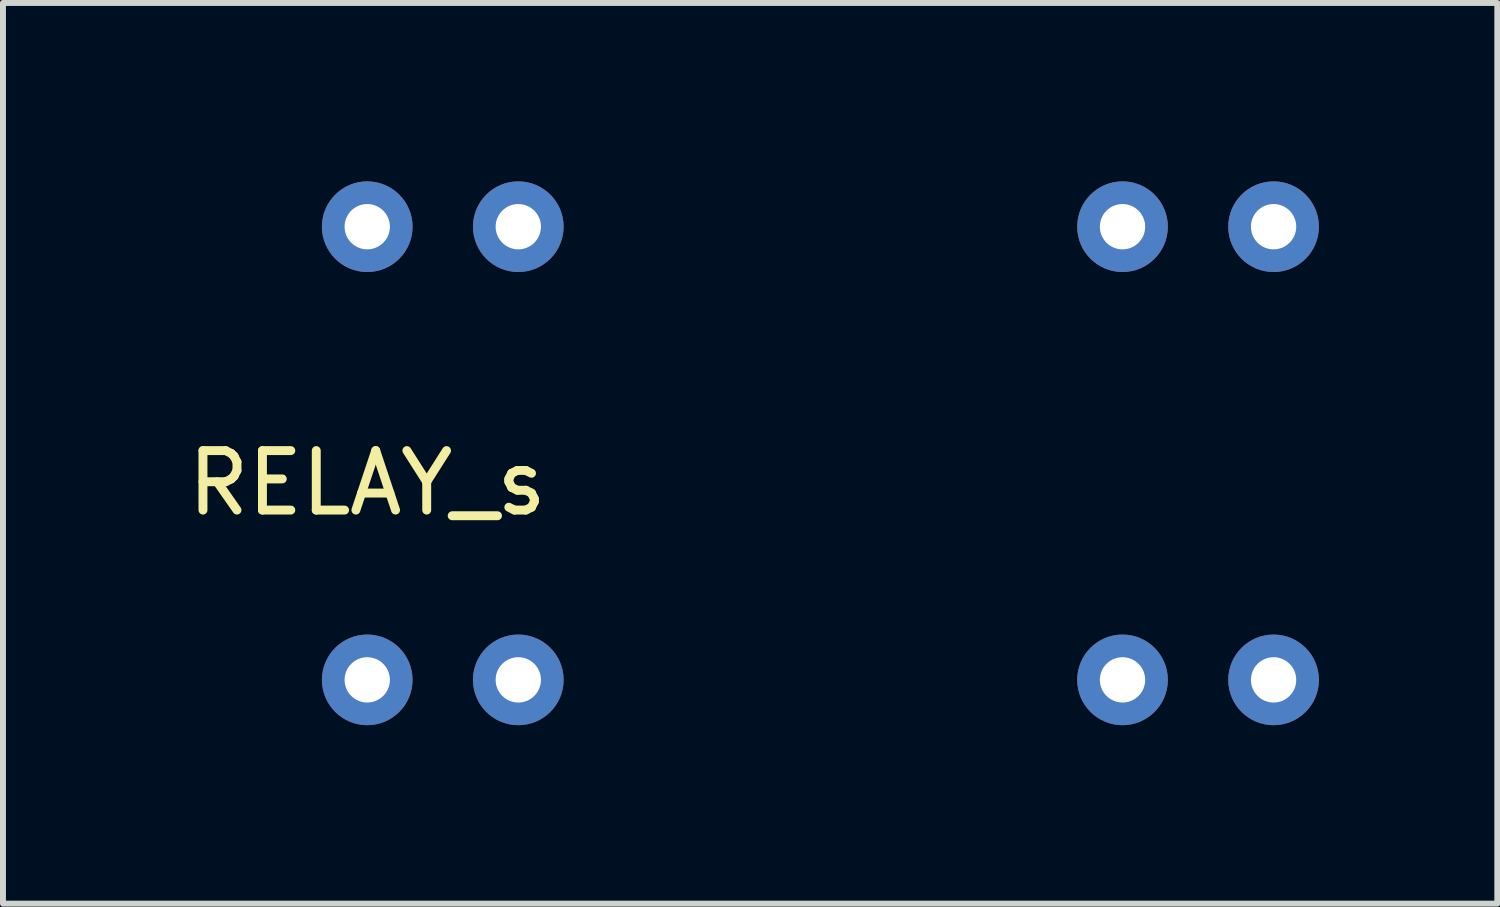
<source format=kicad_pcb>
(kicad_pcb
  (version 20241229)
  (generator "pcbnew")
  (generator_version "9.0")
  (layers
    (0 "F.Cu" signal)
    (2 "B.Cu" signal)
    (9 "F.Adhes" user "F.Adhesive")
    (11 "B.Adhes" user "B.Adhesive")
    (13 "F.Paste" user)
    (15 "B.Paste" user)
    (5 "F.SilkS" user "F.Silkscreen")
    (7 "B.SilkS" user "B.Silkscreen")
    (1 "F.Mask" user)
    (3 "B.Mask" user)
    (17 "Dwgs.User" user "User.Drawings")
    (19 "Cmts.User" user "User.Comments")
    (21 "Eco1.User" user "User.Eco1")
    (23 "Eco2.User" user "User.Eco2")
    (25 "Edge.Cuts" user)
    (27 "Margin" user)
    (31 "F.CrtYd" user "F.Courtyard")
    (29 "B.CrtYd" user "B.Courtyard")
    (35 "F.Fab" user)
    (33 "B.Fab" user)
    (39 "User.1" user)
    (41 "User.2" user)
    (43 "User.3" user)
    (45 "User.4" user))
  (footprint "RELAY_s"
    (layer "F.Cu")
    (at 3.125 4.572)
    (property "Reference" "RELAY_s" (at 0 0.5 0) (layer "F.SilkS") (effects (font (size 1 1) (thickness 0.15))))
    (attr through_hole)
    (pad "1" thru_hole circle (at 0 3.81) (size 1.524 1.524) (drill 0.762) (layers "*.Cu" "*.Mask"))
    (pad "2" thru_hole circle (at 2.54 3.81) (size 1.524 1.524) (drill 0.762) (layers "*.Cu" "*.Mask"))
    (pad "3" thru_hole circle (at 12.7 3.81) (size 1.524 1.524) (drill 0.762) (layers "*.Cu" "*.Mask"))
    (pad "4" thru_hole circle (at 15.24 3.81) (size 1.524 1.524) (drill 0.762) (layers "*.Cu" "*.Mask"))
    (pad "5" thru_hole circle (at 15.24 -3.81) (size 1.524 1.524) (drill 0.762) (layers "*.Cu" "*.Mask"))
    (pad "6" thru_hole circle (at 12.7 -3.81) (size 1.524 1.524) (drill 0.762) (layers "*.Cu" "*.Mask"))
    (pad "7" thru_hole circle (at 2.54 -3.81) (size 1.524 1.524) (drill 0.762) (layers "*.Cu" "*.Mask"))
    (pad "8" thru_hole circle (at 0 -3.81) (size 1.524 1.524) (drill 0.762) (layers "*.Cu" "*.Mask")))
  (gr_rect
    (start -3 -3)
    (end 22.127 12.144)
    (stroke (width 0.1) (type default))
    (fill no)
    (layer "Edge.Cuts")))
</source>
